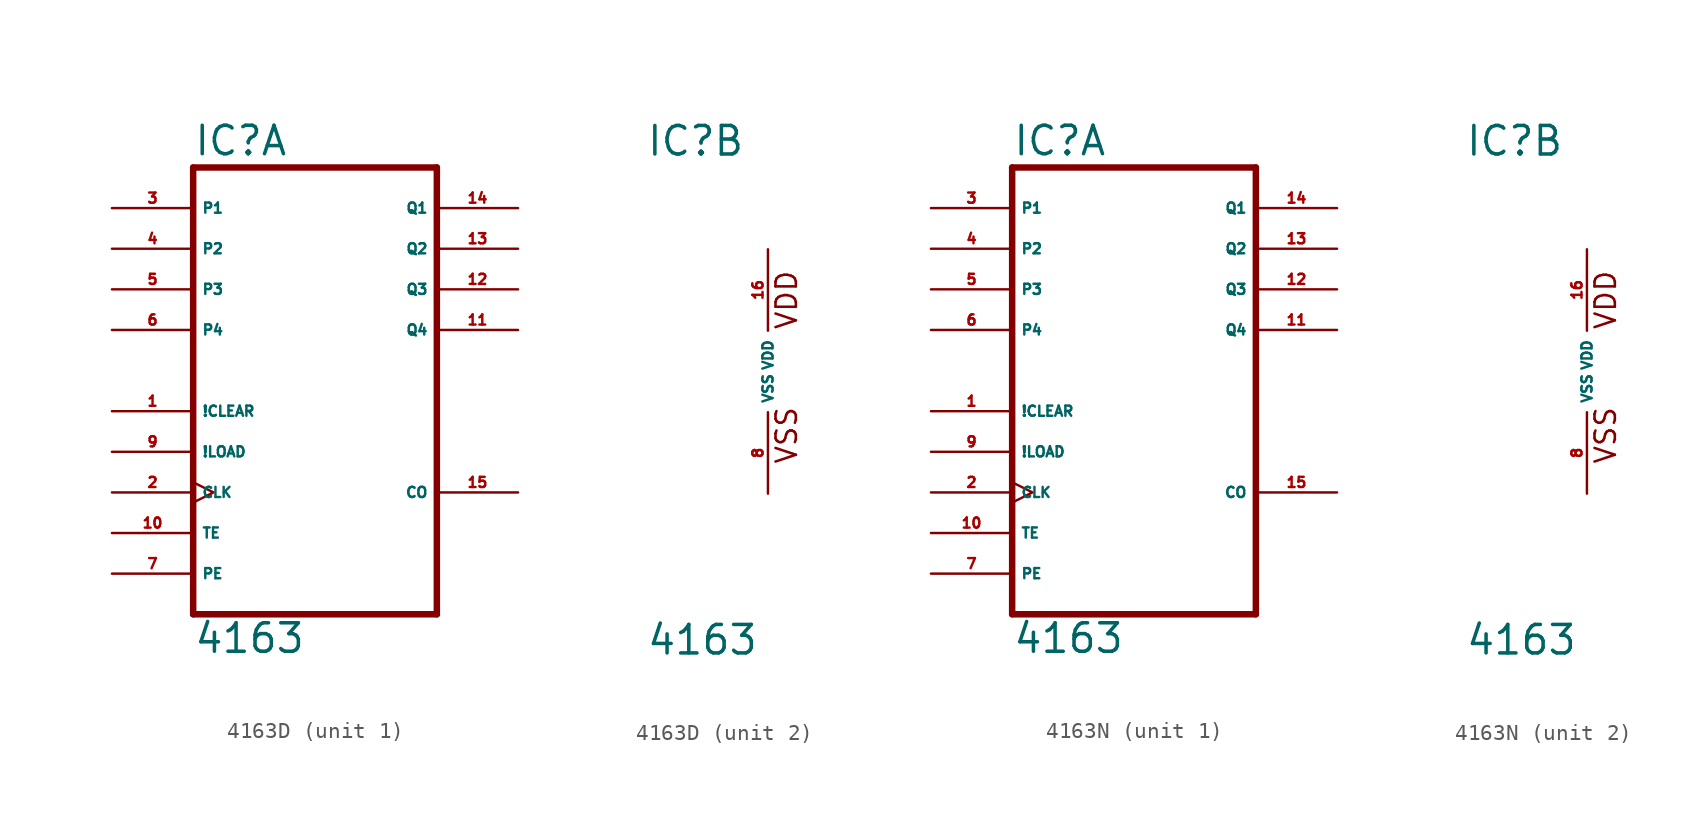
<source format=kicad_sym>
(kicad_symbol_lib
  (version 20220914)
  (generator Eagle2Kicad)
  (symbol "4163D"
    (property "Reference" "IC"
      (at -7.62 13.335 0)
      (effects (font (size 1.778 1.778) (thickness 0.22)) (justify left bottom)))
    (property "Value" "4163"
      (at -7.62 -17.78 0)
      (effects (font (size 1.778 1.778) (thickness 0.22)) (justify left bottom)))
    (symbol "4163D_1_0"
      (polyline (pts (xy -7.62 -15.24) (xy 7.62 -15.24)) (stroke (width 0.406) (type default)) (fill (type none)))
      (polyline (pts (xy 7.62 -15.24) (xy 7.62 12.7)) (stroke (width 0.406) (type default)) (fill (type none)))
      (polyline (pts (xy 7.62 12.7) (xy -7.62 12.7)) (stroke (width 0.406) (type default)) (fill (type none)))
      (polyline (pts (xy -7.62 12.7) (xy -7.62 -15.24)) (stroke (width 0.406) (type default)) (fill (type none)))
      (pin input line (at -12.7 -2.54 0) (length 5.08) (name "!CLEAR" (effects (font (size 0.635 0.635) (thickness 0.08)) (justify left bottom))) (number "1" (effects (font (size 0.635 0.635) (thickness 0.08)) (justify left bottom))))
      (pin output line (at 12.7 2.54 180) (length 5.08) (name "Q4" (effects (font (size 0.635 0.635) (thickness 0.08)) (justify left bottom))) (number "11" (effects (font (size 0.635 0.635) (thickness 0.08)) (justify left bottom))))
      (pin input line (at -12.7 2.54 0) (length 5.08) (name "P4" (effects (font (size 0.635 0.635) (thickness 0.08)) (justify left bottom))) (number "6" (effects (font (size 0.635 0.635) (thickness 0.08)) (justify left bottom))))
      (pin input line (at -12.7 10.16 0) (length 5.08) (name "P1" (effects (font (size 0.635 0.635) (thickness 0.08)) (justify left bottom))) (number "3" (effects (font (size 0.635 0.635) (thickness 0.08)) (justify left bottom))))
      (pin input line (at -12.7 -5.08 0) (length 5.08) (name "!LOAD" (effects (font (size 0.635 0.635) (thickness 0.08)) (justify left bottom))) (number "9" (effects (font (size 0.635 0.635) (thickness 0.08)) (justify left bottom))))
      (pin output line (at 12.7 10.16 180) (length 5.08) (name "Q1" (effects (font (size 0.635 0.635) (thickness 0.08)) (justify left bottom))) (number "14" (effects (font (size 0.635 0.635) (thickness 0.08)) (justify left bottom))))
      (pin output line (at 12.7 -7.62 180) (length 5.08) (name "CO" (effects (font (size 0.635 0.635) (thickness 0.08)) (justify left bottom))) (number "15" (effects (font (size 0.635 0.635) (thickness 0.08)) (justify left bottom))))
      (pin input line (at -12.7 -10.16 0) (length 5.08) (name "TE" (effects (font (size 0.635 0.635) (thickness 0.08)) (justify left bottom))) (number "10" (effects (font (size 0.635 0.635) (thickness 0.08)) (justify left bottom))))
      (pin input line (at -12.7 -12.7 0) (length 5.08) (name "PE" (effects (font (size 0.635 0.635) (thickness 0.08)) (justify left bottom))) (number "7" (effects (font (size 0.635 0.635) (thickness 0.08)) (justify left bottom))))
      (pin output line (at 12.7 7.62 180) (length 5.08) (name "Q2" (effects (font (size 0.635 0.635) (thickness 0.08)) (justify left bottom))) (number "13" (effects (font (size 0.635 0.635) (thickness 0.08)) (justify left bottom))))
      (pin input line (at -12.7 7.62 0) (length 5.08) (name "P2" (effects (font (size 0.635 0.635) (thickness 0.08)) (justify left bottom))) (number "4" (effects (font (size 0.635 0.635) (thickness 0.08)) (justify left bottom))))
      (pin input line (at -12.7 5.08 0) (length 5.08) (name "P3" (effects (font (size 0.635 0.635) (thickness 0.08)) (justify left bottom))) (number "5" (effects (font (size 0.635 0.635) (thickness 0.08)) (justify left bottom))))
      (pin output line (at 12.7 5.08 180) (length 5.08) (name "Q3" (effects (font (size 0.635 0.635) (thickness 0.08)) (justify left bottom))) (number "12" (effects (font (size 0.635 0.635) (thickness 0.08)) (justify left bottom))))
      (pin input clock (at -12.7 -7.62 0) (length 5.08) (name "CLK" (effects (font (size 0.635 0.635) (thickness 0.08)) (justify left bottom))) (number "2" (effects (font (size 0.635 0.635) (thickness 0.08)) (justify left bottom)))))
    (symbol "4163D_2_0"
      (text "VDD" (at 1.905 2.54 900) (effects (font (size 1.27 1.27) (thickness 0.16)) (justify left bottom)))
      (text "VSS" (at 1.905 -5.842 900) (effects (font (size 1.27 1.27) (thickness 0.16)) (justify left bottom)))
      (pin unspecified line (at 0 -7.62 90) (length 5.08) (name "VSS" (effects (font (size 0.635 0.635) (thickness 0.08)) (justify left bottom))) (number "8" (effects (font (size 0.635 0.635) (thickness 0.08)) (justify left bottom))))
      (pin unspecified line (at 0 7.62 270) (length 5.08) (name "VDD" (effects (font (size 0.635 0.635) (thickness 0.08)) (justify left bottom))) (number "16" (effects (font (size 0.635 0.635) (thickness 0.08)) (justify left bottom))))))
  (symbol "4163N"
    (property "Reference" "IC"
      (at -7.62 13.335 0)
      (effects (font (size 1.778 1.778) (thickness 0.22)) (justify left bottom)))
    (property "Value" "4163"
      (at -7.62 -17.78 0)
      (effects (font (size 1.778 1.778) (thickness 0.22)) (justify left bottom)))
    (symbol "4163N_1_0"
      (polyline (pts (xy -7.62 -15.24) (xy 7.62 -15.24)) (stroke (width 0.406) (type default)) (fill (type none)))
      (polyline (pts (xy 7.62 -15.24) (xy 7.62 12.7)) (stroke (width 0.406) (type default)) (fill (type none)))
      (polyline (pts (xy 7.62 12.7) (xy -7.62 12.7)) (stroke (width 0.406) (type default)) (fill (type none)))
      (polyline (pts (xy -7.62 12.7) (xy -7.62 -15.24)) (stroke (width 0.406) (type default)) (fill (type none)))
      (pin input line (at -12.7 -2.54 0) (length 5.08) (name "!CLEAR" (effects (font (size 0.635 0.635) (thickness 0.08)) (justify left bottom))) (number "1" (effects (font (size 0.635 0.635) (thickness 0.08)) (justify left bottom))))
      (pin output line (at 12.7 2.54 180) (length 5.08) (name "Q4" (effects (font (size 0.635 0.635) (thickness 0.08)) (justify left bottom))) (number "11" (effects (font (size 0.635 0.635) (thickness 0.08)) (justify left bottom))))
      (pin input line (at -12.7 2.54 0) (length 5.08) (name "P4" (effects (font (size 0.635 0.635) (thickness 0.08)) (justify left bottom))) (number "6" (effects (font (size 0.635 0.635) (thickness 0.08)) (justify left bottom))))
      (pin input line (at -12.7 10.16 0) (length 5.08) (name "P1" (effects (font (size 0.635 0.635) (thickness 0.08)) (justify left bottom))) (number "3" (effects (font (size 0.635 0.635) (thickness 0.08)) (justify left bottom))))
      (pin input line (at -12.7 -5.08 0) (length 5.08) (name "!LOAD" (effects (font (size 0.635 0.635) (thickness 0.08)) (justify left bottom))) (number "9" (effects (font (size 0.635 0.635) (thickness 0.08)) (justify left bottom))))
      (pin output line (at 12.7 10.16 180) (length 5.08) (name "Q1" (effects (font (size 0.635 0.635) (thickness 0.08)) (justify left bottom))) (number "14" (effects (font (size 0.635 0.635) (thickness 0.08)) (justify left bottom))))
      (pin output line (at 12.7 -7.62 180) (length 5.08) (name "CO" (effects (font (size 0.635 0.635) (thickness 0.08)) (justify left bottom))) (number "15" (effects (font (size 0.635 0.635) (thickness 0.08)) (justify left bottom))))
      (pin input line (at -12.7 -10.16 0) (length 5.08) (name "TE" (effects (font (size 0.635 0.635) (thickness 0.08)) (justify left bottom))) (number "10" (effects (font (size 0.635 0.635) (thickness 0.08)) (justify left bottom))))
      (pin input line (at -12.7 -12.7 0) (length 5.08) (name "PE" (effects (font (size 0.635 0.635) (thickness 0.08)) (justify left bottom))) (number "7" (effects (font (size 0.635 0.635) (thickness 0.08)) (justify left bottom))))
      (pin output line (at 12.7 7.62 180) (length 5.08) (name "Q2" (effects (font (size 0.635 0.635) (thickness 0.08)) (justify left bottom))) (number "13" (effects (font (size 0.635 0.635) (thickness 0.08)) (justify left bottom))))
      (pin input line (at -12.7 7.62 0) (length 5.08) (name "P2" (effects (font (size 0.635 0.635) (thickness 0.08)) (justify left bottom))) (number "4" (effects (font (size 0.635 0.635) (thickness 0.08)) (justify left bottom))))
      (pin input line (at -12.7 5.08 0) (length 5.08) (name "P3" (effects (font (size 0.635 0.635) (thickness 0.08)) (justify left bottom))) (number "5" (effects (font (size 0.635 0.635) (thickness 0.08)) (justify left bottom))))
      (pin output line (at 12.7 5.08 180) (length 5.08) (name "Q3" (effects (font (size 0.635 0.635) (thickness 0.08)) (justify left bottom))) (number "12" (effects (font (size 0.635 0.635) (thickness 0.08)) (justify left bottom))))
      (pin input clock (at -12.7 -7.62 0) (length 5.08) (name "CLK" (effects (font (size 0.635 0.635) (thickness 0.08)) (justify left bottom))) (number "2" (effects (font (size 0.635 0.635) (thickness 0.08)) (justify left bottom)))))
    (symbol "4163N_2_0"
      (text "VDD" (at 1.905 2.54 900) (effects (font (size 1.27 1.27) (thickness 0.16)) (justify left bottom)))
      (text "VSS" (at 1.905 -5.842 900) (effects (font (size 1.27 1.27) (thickness 0.16)) (justify left bottom)))
      (pin unspecified line (at 0 -7.62 90) (length 5.08) (name "VSS" (effects (font (size 0.635 0.635) (thickness 0.08)) (justify left bottom))) (number "8" (effects (font (size 0.635 0.635) (thickness 0.08)) (justify left bottom))))
      (pin unspecified line (at 0 7.62 270) (length 5.08) (name "VDD" (effects (font (size 0.635 0.635) (thickness 0.08)) (justify left bottom))) (number "16" (effects (font (size 0.635 0.635) (thickness 0.08)) (justify left bottom)))))))
</source>
